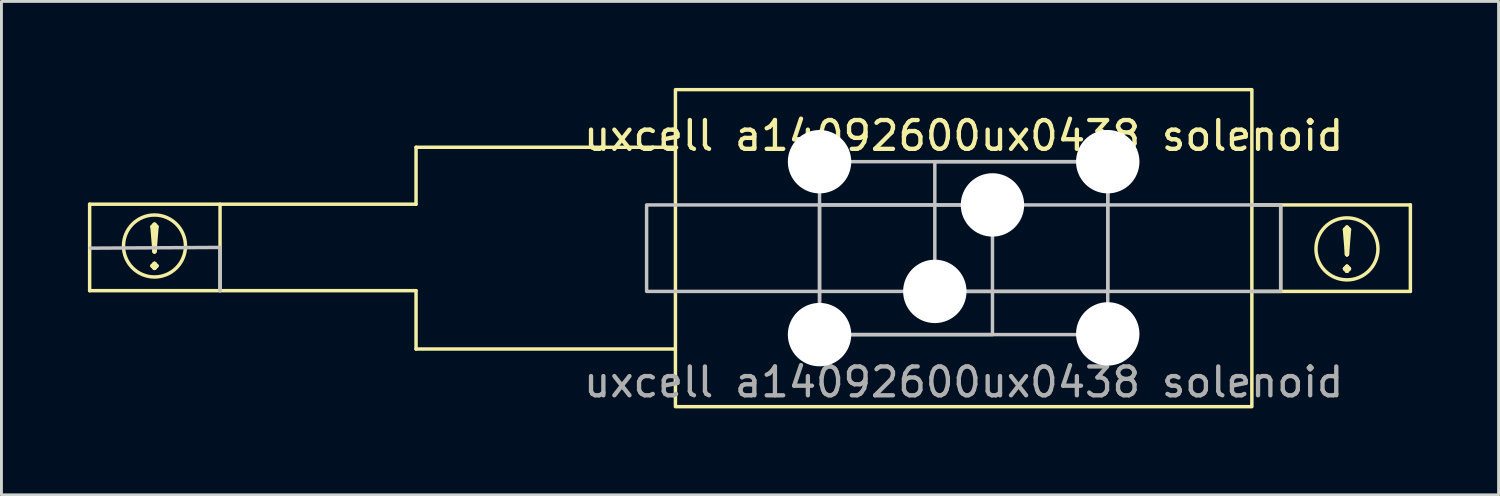
<source format=kicad_pcb>
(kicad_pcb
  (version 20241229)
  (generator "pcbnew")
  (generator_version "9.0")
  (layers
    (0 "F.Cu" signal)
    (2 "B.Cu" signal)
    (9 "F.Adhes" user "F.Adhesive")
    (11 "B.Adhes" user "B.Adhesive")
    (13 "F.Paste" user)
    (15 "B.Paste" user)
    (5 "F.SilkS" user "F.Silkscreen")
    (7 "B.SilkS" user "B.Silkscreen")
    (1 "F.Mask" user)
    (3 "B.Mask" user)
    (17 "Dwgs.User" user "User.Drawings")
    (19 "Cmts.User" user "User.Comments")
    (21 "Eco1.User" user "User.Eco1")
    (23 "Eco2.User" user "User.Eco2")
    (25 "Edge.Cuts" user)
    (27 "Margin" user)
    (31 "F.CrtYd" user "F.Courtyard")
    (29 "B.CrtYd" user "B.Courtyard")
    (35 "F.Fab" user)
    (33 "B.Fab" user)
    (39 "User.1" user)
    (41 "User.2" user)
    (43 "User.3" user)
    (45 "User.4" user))
  (footprint "uxcell a14092600ux0438 solenoid"
    (layer "F.Cu")
    (at 30.385 5.56)
    (property "Reference" "uxcell a14092600ux0438 solenoid" (at 0 -3.9 0) (layer "F.SilkS") (effects (font (size 1 1) (thickness 0.15))))
    (fp_line (start -30.325 -1.525) (end -30.325 1.475) (stroke (width 0.12) (type solid)) (layer "F.SilkS"))
    (fp_line (start -30.325 1.475) (end -19 1.475) (stroke (width 0.12) (type solid)) (layer "F.SilkS"))
    (fp_line (start -25.8 1.475) (end -25.8 -1.525) (stroke (width 0.12) (type solid)) (layer "F.SilkS"))
    (fp_line (start -19 -3.5) (end -19 -1.525) (stroke (width 0.12) (type solid)) (layer "F.SilkS"))
    (fp_line (start -19 -1.525) (end -30.325 -1.525) (stroke (width 0.12) (type solid)) (layer "F.SilkS"))
    (fp_line (start -19 1.475) (end -19 3.5) (stroke (width 0.12) (type solid)) (layer "F.SilkS"))
    (fp_line (start -19 3.5) (end -10.025 3.5) (stroke (width 0.12) (type solid)) (layer "F.SilkS"))
    (fp_line (start -10 -3.5) (end -19 -3.5) (stroke (width 0.12) (type solid)) (layer "F.SilkS"))
    (fp_line (start 10 -1.5) (end 15.5 -1.5) (stroke (width 0.12) (type solid)) (layer "F.SilkS"))
    (fp_line (start 10 1.5) (end 15.5 1.5) (stroke (width 0.12) (type solid)) (layer "F.SilkS"))
    (fp_line (start 11 -1.5) (end 11 1.5) (stroke (width 0.12) (type solid)) (layer "F.SilkS"))
    (fp_line (start 15.5 -1.5) (end 15.5 1.5) (stroke (width 0.12) (type solid)) (layer "F.SilkS"))
    (fp_rect (start -10 -5.5) (end 10 5.5) (stroke (width 0.12) (type solid)) (fill no) (layer "F.SilkS"))
    (fp_circle (center -28.075 -0.075) (end -28.1 1) (stroke (width 0.12) (type solid)) (fill no) (layer "F.SilkS"))
    (fp_circle (center 13.3 0.025) (end 13.275 1.1) (stroke (width 0.12) (type solid)) (fill no) (layer "F.SilkS"))
    (fp_line (start -30.3 0) (end -25.8 -0.025) (stroke (width 0.12) (type solid)) (layer "Dwgs.User"))
    (fp_line (start -25.8 -0.025) (end -25.8 1.475) (stroke (width 0.12) (type solid)) (layer "Dwgs.User"))
    (fp_rect (start -11 -1.5) (end 11 1.5) (stroke (width 0.12) (type solid)) (fill no) (layer "Dwgs.User"))
    (fp_rect (start -5 -3) (end 5 3) (stroke (width 0.12) (type solid)) (fill no) (layer "Dwgs.User"))
    (fp_rect (start 1 3) (end -5 -1.5) (stroke (width 0.12) (type solid)) (fill no) (layer "Dwgs.User"))
    (fp_rect (start 5 1.5) (end -1 -3) (stroke (width 0.12) (type solid)) (fill no) (layer "Dwgs.User"))
    (fp_text user "!" (at 13.3 0.1 0) (layer "F.SilkS") (effects (font (size 1.5 1.5) (thickness 0.15))))
    (fp_text user "!" (at -28.075 0 0) (layer "F.SilkS") (effects (font (size 1.5 1.5) (thickness 0.15))))
    (fp_text user "${REFERENCE}" (at 0 4.65 0) (unlocked yes) (layer "F.Fab") (effects (font (size 1 1) (thickness 0.15))))
    (pad "" np_thru_hole circle (at -5 -3) (size 2.2 2.2) (drill 2.2) (layers "*.Cu" "*.Mask"))
    (pad "" np_thru_hole circle (at -5 3) (size 2.2 2.2) (drill 2.2) (layers "*.Cu" "*.Mask"))
    (pad "" np_thru_hole circle (at -1 1.5) (size 2.2 2.2) (drill 2.2) (layers "*.Cu" "*.Mask"))
    (pad "" np_thru_hole circle (at 1 -1.5 90) (size 2.2 2.2) (drill 2.2) (layers "*.Cu" "*.Mask"))
    (pad "" np_thru_hole circle (at 5 -3 90) (size 2.2 2.2) (drill 2.2) (layers "*.Cu" "*.Mask"))
    (pad "" np_thru_hole circle (at 5 2.975 90) (size 2.2 2.2) (drill 2.2) (layers "*.Cu" "*.Mask")))
  (gr_rect
    (start -3 -3)
    (end 48.945 14.12)
    (stroke (width 0.1) (type default))
    (fill no)
    (layer "Edge.Cuts")))
</source>
